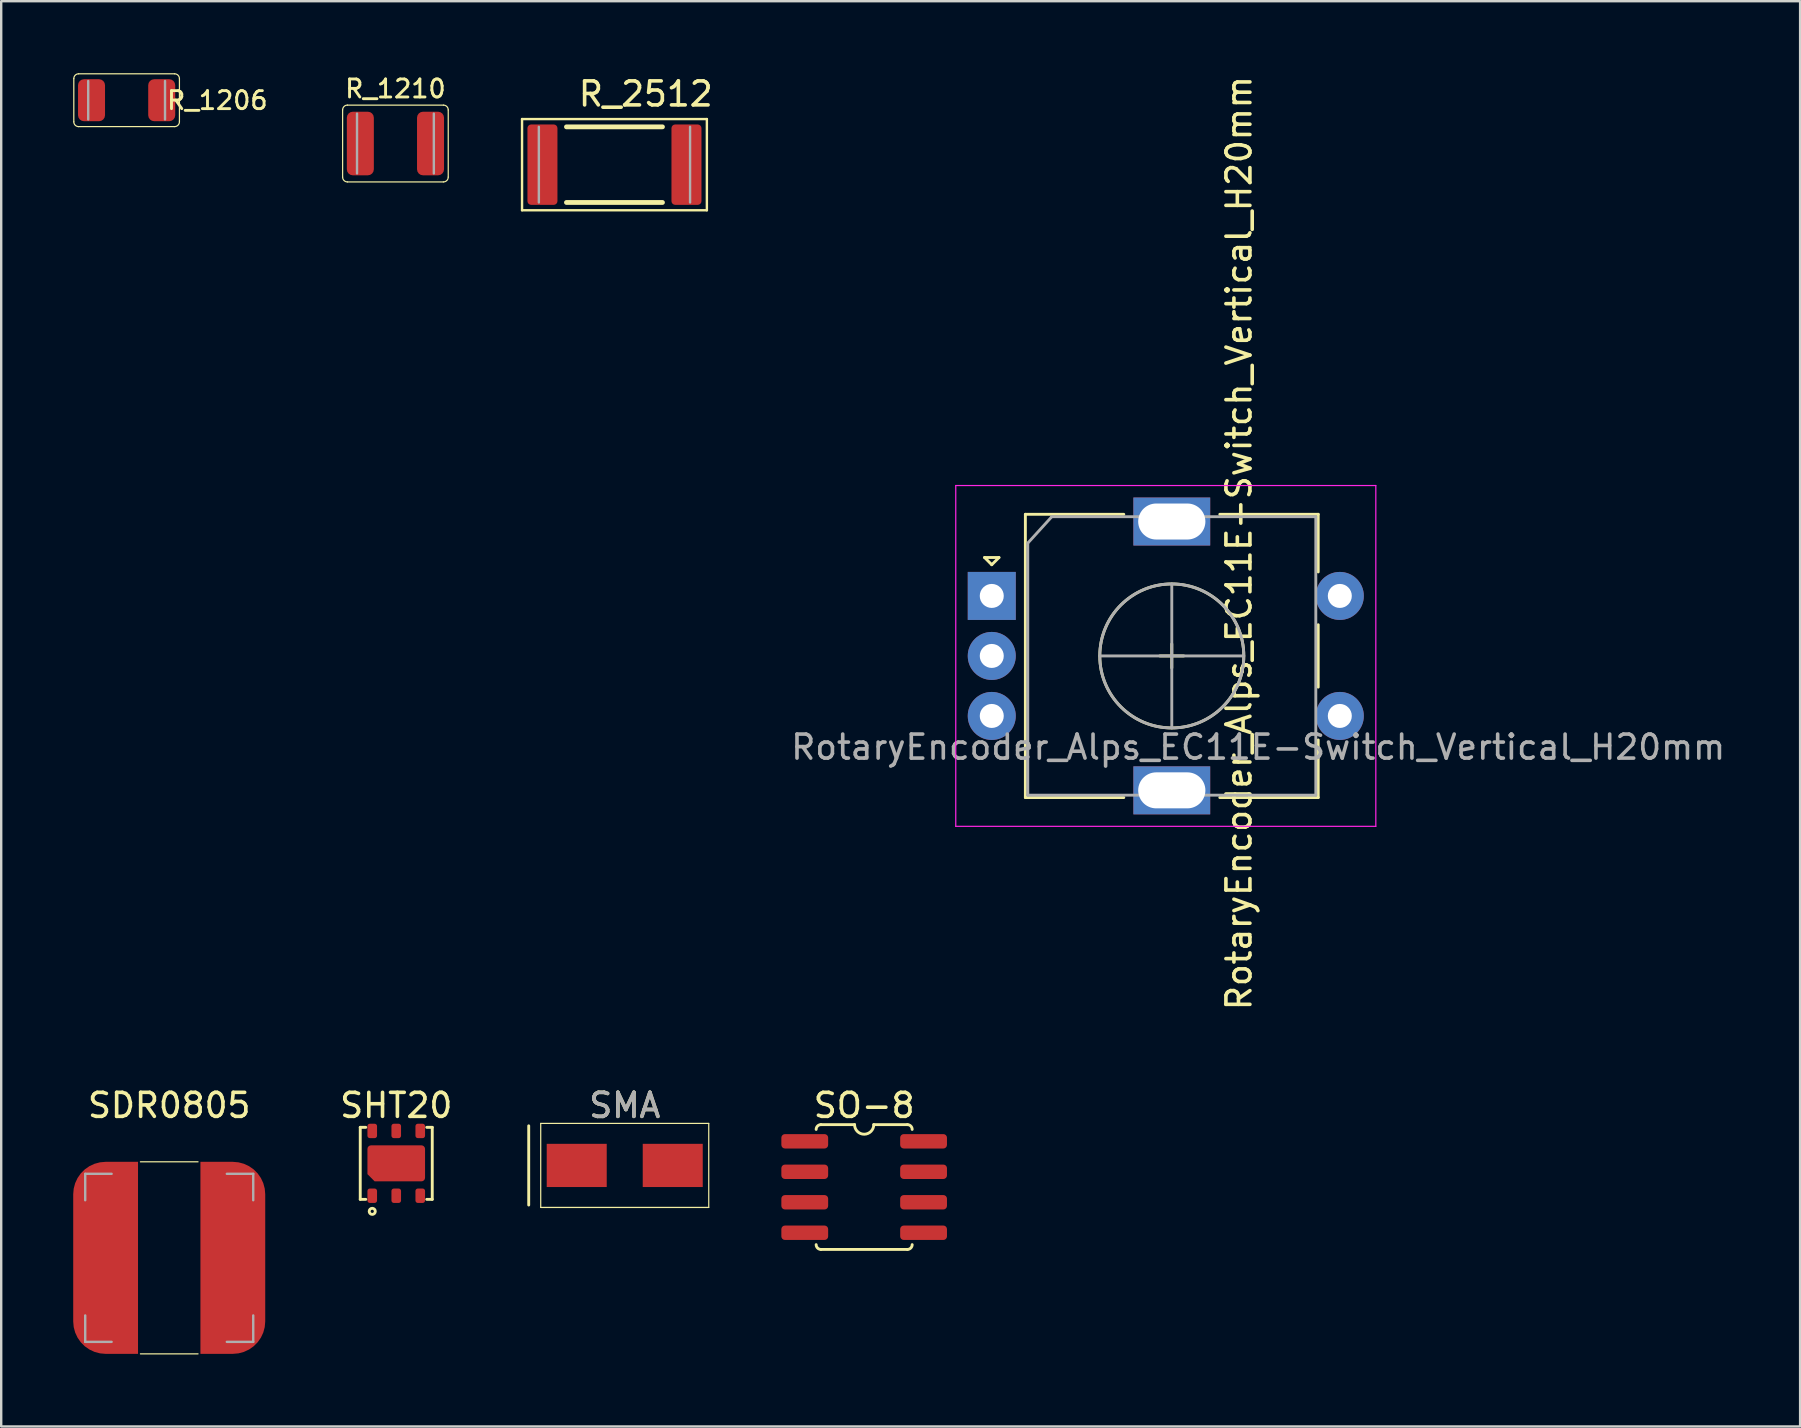
<source format=kicad_pcb>
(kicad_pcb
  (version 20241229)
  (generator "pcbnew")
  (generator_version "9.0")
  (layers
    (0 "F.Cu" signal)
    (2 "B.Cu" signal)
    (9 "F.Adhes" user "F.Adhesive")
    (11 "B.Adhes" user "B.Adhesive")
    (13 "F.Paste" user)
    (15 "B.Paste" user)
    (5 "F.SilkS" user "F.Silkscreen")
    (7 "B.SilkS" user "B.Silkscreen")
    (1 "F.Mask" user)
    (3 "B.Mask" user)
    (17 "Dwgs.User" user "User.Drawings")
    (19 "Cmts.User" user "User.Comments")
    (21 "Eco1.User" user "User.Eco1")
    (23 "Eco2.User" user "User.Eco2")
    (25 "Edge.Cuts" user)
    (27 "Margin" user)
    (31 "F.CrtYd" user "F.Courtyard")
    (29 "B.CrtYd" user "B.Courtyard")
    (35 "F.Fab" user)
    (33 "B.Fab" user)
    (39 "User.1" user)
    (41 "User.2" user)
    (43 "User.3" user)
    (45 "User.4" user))
  (footprint "SHT20"
    (layer "F.Cu")
    (at 13.458 45.416)
    (property "Reference" "SHT20" (at 0 -2.413 0) (unlocked yes) (layer "F.SilkS") (effects (font (size 1 1) (thickness 0.15))))
    (fp_line (start -1.5 -1.5) (end -1.5 1.5) (stroke (width 0.12) (type solid)) (layer "F.SilkS"))
    (fp_line (start -1.5 1.5) (end -1.27 1.5) (stroke (width 0.12) (type solid)) (layer "F.SilkS"))
    (fp_line (start -1.27 -1.5) (end -1.5 -1.5) (stroke (width 0.12) (type solid)) (layer "F.SilkS"))
    (fp_line (start 1.27 -1.5) (end 1.5 -1.5) (stroke (width 0.12) (type solid)) (layer "F.SilkS"))
    (fp_line (start 1.5 -1.5) (end 1.5 1.5) (stroke (width 0.12) (type solid)) (layer "F.SilkS"))
    (fp_line (start 1.5 1.5) (end 1.27 1.5) (stroke (width 0.12) (type solid)) (layer "F.SilkS"))
    (fp_circle (center -1 2) (end -0.873 2) (stroke (width 0.12) (type solid)) (fill no) (layer "F.SilkS"))
    (pad "1" smd roundrect (at -1 1.35) (size 0.4 0.6) (layers "F.Cu" "F.Mask" "F.Paste") (roundrect_rratio 0.25))
    (pad "2" smd roundrect (at 0 0) (size 2.4 1.5) (layers "F.Cu" "F.Mask" "F.Paste") (roundrect_rratio 0.1) (chamfer_ratio 0.2) (chamfer bottom_left))
    (pad "2" smd roundrect (at 0 1.35) (size 0.4 0.6) (layers "F.Cu" "F.Mask" "F.Paste") (roundrect_rratio 0.25))
    (pad "3" smd roundrect (at 1 1.35) (size 0.4 0.6) (layers "F.Cu" "F.Mask" "F.Paste") (roundrect_rratio 0.25))
    (pad "4" smd roundrect (at 1 -1.35) (size 0.4 0.6) (layers "F.Cu" "F.Mask" "F.Paste") (roundrect_rratio 0.25))
    (pad "5" smd roundrect (at 0 -1.35) (size 0.4 0.6) (layers "F.Cu" "F.Mask" "F.Paste") (roundrect_rratio 0.25))
    (pad "6" smd roundrect (at -1 -1.35) (size 0.4 0.6) (layers "F.Cu" "F.Mask" "F.Paste") (roundrect_rratio 0.25)))
  (footprint "R_2512"
    (layer "F.Cu")
    (at 22.549 3.81)
    (property "Reference" "R_2512" (at -1.58 -2.36 0) (unlocked yes) (layer "F.SilkS") (effects (font (size 1 1) (thickness 0.15)) (justify left bottom)))
    (fp_line (start -3.85 1.9) (end -3.85 -1.9) (stroke (width 0.1) (type solid)) (layer "F.SilkS"))
    (fp_line (start 2 -1.575) (end -2 -1.575) (stroke (width 0.2) (type solid)) (layer "F.SilkS"))
    (fp_line (start 2 1.575) (end -2 1.575) (stroke (width 0.2) (type solid)) (layer "F.SilkS"))
    (fp_line (start 3.85 -1.9) (end -3.85 -1.9) (stroke (width 0.1) (type solid)) (layer "F.SilkS"))
    (fp_line (start 3.85 1.9) (end -3.85 1.9) (stroke (width 0.1) (type solid)) (layer "F.SilkS"))
    (fp_line (start 3.85 1.9) (end 3.85 -1.9) (stroke (width 0.1) (type solid)) (layer "F.SilkS"))
    (fp_line (start -3.15 1.575) (end -3.15 -1.575) (stroke (width 0.1) (type solid)) (layer "F.Fab"))
    (fp_line (start 3.15 1.575) (end 3.15 -1.575) (stroke (width 0.1) (type solid)) (layer "F.Fab"))
    (pad "1" smd roundrect (at -3 0 90) (size 3.35 1.25) (layers "F.Cu" "F.Mask" "F.Paste") (roundrect_rratio 0.125))
    (pad "2" smd roundrect (at 3 0 90) (size 3.35 1.25) (layers "F.Cu" "F.Mask" "F.Paste") (roundrect_rratio 0.125)))
  (footprint "RotaryEncoder_Alps_EC11E-Switch_Vertical_H20mm"
    (layer "F.Cu")
    (at 45.768 24.277)
    (property "Reference" "RotaryEncoder_Alps_EC11E-Switch_Vertical_H20mm" (at 2.8 -4.7 270) (layer "F.SilkS") (effects (font (size 1 1) (thickness 0.15))))
    (attr through_hole)
    (fp_line (start -7.8 -4.1) (end -7.2 -4.1) (stroke (width 0.12) (type solid)) (layer "F.SilkS"))
    (fp_line (start -7.5 -3.8) (end -7.8 -4.1) (stroke (width 0.12) (type solid)) (layer "F.SilkS"))
    (fp_line (start -7.2 -4.1) (end -7.5 -3.8) (stroke (width 0.12) (type solid)) (layer "F.SilkS"))
    (fp_line (start -6.1 -5.9) (end -6.1 5.9) (stroke (width 0.12) (type solid)) (layer "F.SilkS"))
    (fp_line (start -2 -5.9) (end -6.1 -5.9) (stroke (width 0.12) (type solid)) (layer "F.SilkS"))
    (fp_line (start -2 5.9) (end -6.1 5.9) (stroke (width 0.12) (type solid)) (layer "F.SilkS"))
    (fp_line (start -0.5 0) (end 0.5 0) (stroke (width 0.12) (type solid)) (layer "F.SilkS"))
    (fp_line (start 0 -0.5) (end 0 0.5) (stroke (width 0.12) (type solid)) (layer "F.SilkS"))
    (fp_line (start 2 -5.9) (end 6.1 -5.9) (stroke (width 0.12) (type solid)) (layer "F.SilkS"))
    (fp_line (start 6.1 -5.9) (end 6.1 -3.5) (stroke (width 0.12) (type solid)) (layer "F.SilkS"))
    (fp_line (start 6.1 -1.3) (end 6.1 1.3) (stroke (width 0.12) (type solid)) (layer "F.SilkS"))
    (fp_line (start 6.1 3.5) (end 6.1 5.9) (stroke (width 0.12) (type solid)) (layer "F.SilkS"))
    (fp_line (start 6.1 5.9) (end 2 5.9) (stroke (width 0.12) (type solid)) (layer "F.SilkS"))
    (fp_circle (center 0 0) (end 3 0) (stroke (width 0.12) (type solid)) (fill no) (layer "F.SilkS"))
    (fp_line (start -9 -7.1) (end -9 7.1) (stroke (width 0.05) (type solid)) (layer "F.CrtYd"))
    (fp_line (start -9 -7.1) (end 8.5 -7.1) (stroke (width 0.05) (type solid)) (layer "F.CrtYd"))
    (fp_line (start 8.5 7.1) (end -9 7.1) (stroke (width 0.05) (type solid)) (layer "F.CrtYd"))
    (fp_line (start 8.5 7.1) (end 8.5 -7.1) (stroke (width 0.05) (type solid)) (layer "F.CrtYd"))
    (fp_line (start -6 -4.7) (end -5 -5.8) (stroke (width 0.12) (type solid)) (layer "F.Fab"))
    (fp_line (start -6 5.8) (end -6 -4.7) (stroke (width 0.12) (type solid)) (layer "F.Fab"))
    (fp_line (start -5 -5.8) (end 6 -5.8) (stroke (width 0.12) (type solid)) (layer "F.Fab"))
    (fp_line (start -3 0) (end 3 0) (stroke (width 0.12) (type solid)) (layer "F.Fab"))
    (fp_line (start 0 -3) (end 0 3) (stroke (width 0.12) (type solid)) (layer "F.Fab"))
    (fp_line (start 6 -5.8) (end 6 5.8) (stroke (width 0.12) (type solid)) (layer "F.Fab"))
    (fp_line (start 6 5.8) (end -6 5.8) (stroke (width 0.12) (type solid)) (layer "F.Fab"))
    (fp_circle (center 0 0) (end 3 0) (stroke (width 0.12) (type solid)) (fill no) (layer "F.Fab"))
    (fp_text user "${REFERENCE}" (at 3.6 3.8 0) (layer "F.Fab") (effects (font (size 1 1) (thickness 0.15))))
    (pad "A" thru_hole rect (at -7.5 -2.5) (size 2 2) (drill 1) (layers "*.Cu" "*.Mask"))
    (pad "B" thru_hole circle (at -7.5 2.5) (size 2 2) (drill 1) (layers "*.Cu" "*.Mask"))
    (pad "C" thru_hole circle (at -7.5 0) (size 2 2) (drill 1) (layers "*.Cu" "*.Mask"))
    (pad "MP" thru_hole rect (at 0 -5.6) (size 3.2 2) (drill oval 2.8 1.5) (layers "*.Cu" "*.Mask"))
    (pad "MP" thru_hole rect (at 0 5.6) (size 3.2 2) (drill oval 2.8 1.5) (layers "*.Cu" "*.Mask"))
    (pad "S1" thru_hole circle (at 7 2.5) (size 2 2) (drill 1) (layers "*.Cu" "*.Mask"))
    (pad "S2" thru_hole circle (at 7 -2.5) (size 2 2) (drill 1) (layers "*.Cu" "*.Mask")))
  (footprint "SO-8"
    (layer "F.Cu")
    (at 32.952 46.403)
    (property "Reference" "SO-8" (at 0 -3.4 0) (layer "F.SilkS") (effects (font (size 1 1) (thickness 0.15))))
    (attr smd)
    (fp_line (start -1.8 2.6) (end 1.8 2.6) (stroke (width 0.12) (type solid)) (layer "F.SilkS"))
    (fp_line (start -0.4 -2.6) (end -1.8 -2.6) (stroke (width 0.12) (type solid)) (layer "F.SilkS"))
    (fp_line (start 0.4 -2.6) (end 1.8 -2.6) (stroke (width 0.12) (type solid)) (layer "F.SilkS"))
    (fp_arc (start -2 -2.4) (mid -1.941421 -2.541421) (end -1.8 -2.6) (stroke (width 0.12) (type solid)) (layer "F.SilkS"))
    (fp_arc (start -1.8 2.6) (mid -1.941421 2.541421) (end -2 2.4) (stroke (width 0.12) (type solid)) (layer "F.SilkS"))
    (fp_arc (start 0.4 -2.6) (mid 0 -2.2) (end -0.4 -2.6) (stroke (width 0.12) (type solid)) (layer "F.SilkS"))
    (fp_arc (start 1.8 -2.6) (mid 1.941421 -2.541421) (end 2 -2.4) (stroke (width 0.12) (type solid)) (layer "F.SilkS"))
    (fp_arc (start 2 2.4) (mid 1.941421 2.541421) (end 1.8 2.6) (stroke (width 0.12) (type solid)) (layer "F.SilkS"))
    (pad "1" smd roundrect (at -2.475 -1.905) (size 1.95 0.6) (layers "F.Cu" "F.Mask" "F.Paste") (roundrect_rratio 0.25))
    (pad "2" smd roundrect (at -2.475 -0.635) (size 1.95 0.6) (layers "F.Cu" "F.Mask" "F.Paste") (roundrect_rratio 0.25))
    (pad "3" smd roundrect (at -2.475 0.635) (size 1.95 0.6) (layers "F.Cu" "F.Mask" "F.Paste") (roundrect_rratio 0.25))
    (pad "4" smd roundrect (at -2.475 1.905) (size 1.95 0.6) (layers "F.Cu" "F.Mask" "F.Paste") (roundrect_rratio 0.25))
    (pad "5" smd roundrect (at 2.475 1.905) (size 1.95 0.6) (layers "F.Cu" "F.Mask" "F.Paste") (roundrect_rratio 0.25))
    (pad "6" smd roundrect (at 2.475 0.635) (size 1.95 0.6) (layers "F.Cu" "F.Mask" "F.Paste") (roundrect_rratio 0.25))
    (pad "7" smd roundrect (at 2.475 -0.635) (size 1.95 0.6) (layers "F.Cu" "F.Mask" "F.Paste") (roundrect_rratio 0.25))
    (pad "8" smd roundrect (at 2.475 -1.905) (size 1.95 0.6) (layers "F.Cu" "F.Mask" "F.Paste") (roundrect_rratio 0.25)))
  (footprint "R_1206"
    (layer "F.Cu")
    (at 2.225 1.125)
    (property "Reference" "R_1206" (at 3.78 0.01 0) (layer "F.SilkS") (effects (font (size 0.75 0.75) (thickness 0.12))))
    (attr smd)
    (fp_line (start -2.2 0.9) (end -2.2 -0.9) (stroke (width 0.05) (type solid)) (layer "F.SilkS"))
    (fp_line (start -2 -1.1) (end 2 -1.1) (stroke (width 0.05) (type solid)) (layer "F.SilkS"))
    (fp_line (start 2 1.1) (end -2 1.1) (stroke (width 0.05) (type solid)) (layer "F.SilkS"))
    (fp_line (start 2.2 -0.9) (end 2.2 0.9) (stroke (width 0.05) (type solid)) (layer "F.SilkS"))
    (fp_arc (start -2.2 -0.9) (mid -2.141421 -1.041421) (end -2 -1.1) (stroke (width 0.05) (type solid)) (layer "F.SilkS"))
    (fp_arc (start -2 1.1) (mid -2.141421 1.041421) (end -2.2 0.9) (stroke (width 0.05) (type solid)) (layer "F.SilkS"))
    (fp_arc (start 2 -1.1) (mid 2.141421 -1.041421) (end 2.2 -0.9) (stroke (width 0.05) (type solid)) (layer "F.SilkS"))
    (fp_arc (start 2.2 0.9) (mid 2.141421 1.041421) (end 2 1.1) (stroke (width 0.05) (type solid)) (layer "F.SilkS"))
    (fp_line (start -1.6 0.8) (end -1.6 -0.8) (stroke (width 0.1) (type solid)) (layer "F.Fab"))
    (fp_line (start 1.6 -0.8) (end 1.6 0.8) (stroke (width 0.1) (type solid)) (layer "F.Fab"))
    (pad "1" smd roundrect (at -1.462 0) (size 1.125 1.75) (layers "F.Cu" "F.Mask" "F.Paste") (roundrect_rratio 0.222))
    (pad "2" smd roundrect (at 1.462 0) (size 1.125 1.75) (layers "F.Cu" "F.Mask" "F.Paste") (roundrect_rratio 0.222)))
  (footprint "SMA"
    (layer "F.Cu")
    (at 22.977 45.503)
    (property "Reference" "SMA" (at 0 -2.5 0) (layer "F.SilkS") (effects (font (size 1 1) (thickness 0.15))))
    (attr smd)
    (fp_line (start -4 -1.65) (end -4 1.65) (stroke (width 0.12) (type solid)) (layer "F.SilkS"))
    (fp_line (start -3.5 -1.75) (end 3.5 -1.75) (stroke (width 0.05) (type solid)) (layer "F.SilkS"))
    (fp_line (start -3.5 1.75) (end -3.5 -1.75) (stroke (width 0.05) (type solid)) (layer "F.SilkS"))
    (fp_line (start 3.5 -1.75) (end 3.5 1.75) (stroke (width 0.05) (type solid)) (layer "F.SilkS"))
    (fp_line (start 3.5 1.75) (end -3.5 1.75) (stroke (width 0.05) (type solid)) (layer "F.SilkS"))
    (fp_text user "${REFERENCE}" (at 0 -2.5 0) (layer "F.Fab") (effects (font (size 1 1) (thickness 0.15))))
    (pad "1" smd rect (at -2 0) (size 2.5 1.8) (layers "F.Cu" "F.Mask" "F.Paste"))
    (pad "2" smd rect (at 2 0) (size 2.5 1.8) (layers "F.Cu" "F.Mask" "F.Paste")))
  (footprint "R_1210"
    (layer "F.Cu")
    (at 13.424 2.929)
    (property "Reference" "R_1210" (at 0 -2.28 180) (layer "F.SilkS") (effects (font (size 0.75 0.75) (thickness 0.12))))
    (attr smd)
    (fp_line (start -2.2 1.4) (end -2.2 -1.4) (stroke (width 0.05) (type solid)) (layer "F.SilkS"))
    (fp_line (start -2 -1.6) (end 2 -1.6) (stroke (width 0.05) (type solid)) (layer "F.SilkS"))
    (fp_line (start 2 1.6) (end -2 1.6) (stroke (width 0.05) (type solid)) (layer "F.SilkS"))
    (fp_line (start 2.2 -1.4) (end 2.2 1.4) (stroke (width 0.05) (type solid)) (layer "F.SilkS"))
    (fp_arc (start -2.2 -1.4) (mid -2.141421 -1.541421) (end -2 -1.6) (stroke (width 0.05) (type solid)) (layer "F.SilkS"))
    (fp_arc (start -2 1.6) (mid -2.141421 1.541421) (end -2.2 1.4) (stroke (width 0.05) (type solid)) (layer "F.SilkS"))
    (fp_arc (start 2 -1.6) (mid 2.141421 -1.541421) (end 2.2 -1.4) (stroke (width 0.05) (type solid)) (layer "F.SilkS"))
    (fp_arc (start 2.2 1.4) (mid 2.141421 1.541421) (end 2 1.6) (stroke (width 0.05) (type solid)) (layer "F.SilkS"))
    (fp_line (start -1.6 1.245) (end -1.6 -1.245) (stroke (width 0.1) (type solid)) (layer "F.Fab"))
    (fp_line (start 1.6 -1.245) (end 1.6 1.245) (stroke (width 0.1) (type solid)) (layer "F.Fab"))
    (pad "1" smd roundrect (at -1.462 0) (size 1.125 2.65) (layers "F.Cu" "F.Mask" "F.Paste") (roundrect_rratio 0.222))
    (pad "2" smd roundrect (at 1.462 0) (size 1.125 2.65) (layers "F.Cu" "F.Mask" "F.Paste") (roundrect_rratio 0.222)))
  (footprint "SDR0805"
    (layer "F.Cu")
    (at 4 49.353)
    (property "Reference" "SDR0805" (at 0 -6.35 0) (layer "F.SilkS") (effects (font (size 1 1) (thickness 0.15))))
    (attr smd)
    (fp_line (start -1.2 -4) (end 1.2 -4) (stroke (width 0.05) (type solid)) (layer "F.SilkS"))
    (fp_line (start -1.2 4) (end 1.2 4) (stroke (width 0.05) (type solid)) (layer "F.SilkS"))
    (fp_line (start -3.5 -3.5) (end -2.4 -3.5) (stroke (width 0.1) (type solid)) (layer "F.Fab"))
    (fp_line (start -3.5 -2.4) (end -3.5 -3.5) (stroke (width 0.1) (type solid)) (layer "F.Fab"))
    (fp_line (start -3.5 2.4) (end -3.5 3.5) (stroke (width 0.1) (type solid)) (layer "F.Fab"))
    (fp_line (start -3.5 3.5) (end -2.4 3.5) (stroke (width 0.1) (type solid)) (layer "F.Fab"))
    (fp_line (start 3.5 -3.5) (end 2.4 -3.5) (stroke (width 0.1) (type solid)) (layer "F.Fab"))
    (fp_line (start 3.5 -3.5) (end 3.5 -2.4) (stroke (width 0.1) (type solid)) (layer "F.Fab"))
    (fp_line (start 3.5 2.4) (end 3.5 3.5) (stroke (width 0.1) (type solid)) (layer "F.Fab"))
    (fp_line (start 3.5 3.5) (end 2.4 3.5) (stroke (width 0.1) (type solid)) (layer "F.Fab"))
    (pad "1" smd roundrect (at -2.65 0) (size 2.7 8) (layers "F.Cu" "F.Mask" "F.Paste") (roundrect_rratio 0.5) (chamfer_ratio 0) (chamfer top_right bottom_right))
    (pad "2" smd roundrect (at 2.65 0) (size 2.7 8) (layers "F.Cu" "F.Mask" "F.Paste") (roundrect_rratio 0.5) (chamfer_ratio 0) (chamfer top_left bottom_left)))
  (gr_rect
    (start -3 -3)
    (end 71.945 56.378)
    (stroke (width 0.1) (type default))
    (fill no)
    (layer "Edge.Cuts")))
</source>
